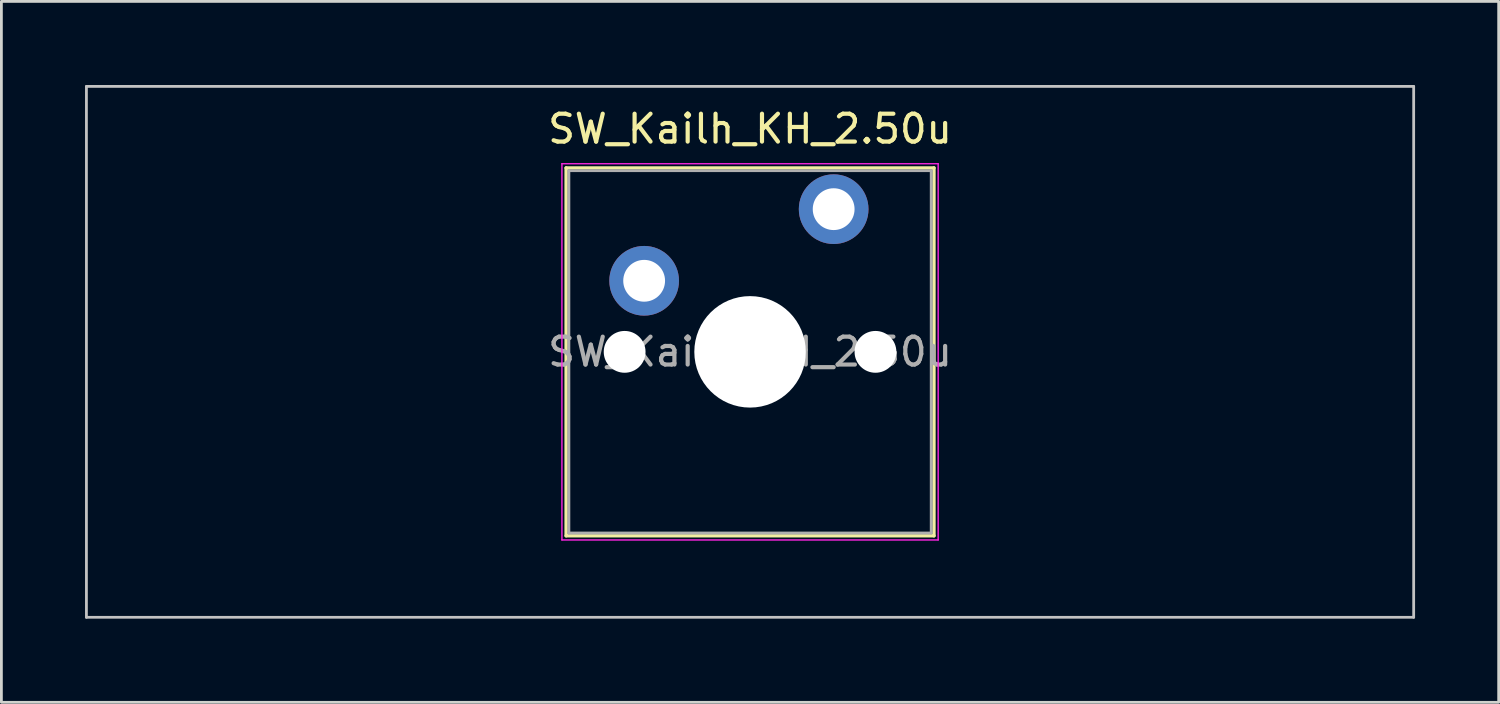
<source format=kicad_pcb>
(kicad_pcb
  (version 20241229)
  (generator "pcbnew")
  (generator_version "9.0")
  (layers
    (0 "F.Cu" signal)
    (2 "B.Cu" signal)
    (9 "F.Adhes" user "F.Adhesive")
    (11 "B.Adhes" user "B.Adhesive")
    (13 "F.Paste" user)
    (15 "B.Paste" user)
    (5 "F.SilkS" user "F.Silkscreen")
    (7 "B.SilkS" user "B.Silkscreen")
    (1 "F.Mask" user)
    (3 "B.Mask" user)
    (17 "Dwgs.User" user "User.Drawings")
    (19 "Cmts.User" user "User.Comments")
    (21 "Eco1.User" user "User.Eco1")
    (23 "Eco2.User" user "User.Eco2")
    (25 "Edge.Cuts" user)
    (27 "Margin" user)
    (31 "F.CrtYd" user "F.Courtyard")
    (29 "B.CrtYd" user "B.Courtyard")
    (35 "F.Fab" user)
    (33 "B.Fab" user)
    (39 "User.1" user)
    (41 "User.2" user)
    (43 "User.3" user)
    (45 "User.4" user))
  (footprint "SW_Kailh_KH_2.50u"
    (layer "F.Cu")
    (at 23.863 9.575)
    (property "Reference" "SW_Kailh_KH_2.50u" (at 0 -8 0) (layer "F.SilkS") (effects (font (size 1 1) (thickness 0.15))))
    (attr through_hole)
    (fp_line (start -6.6 -6.6) (end -6.6 6.6) (stroke (width 0.12) (type solid)) (layer "F.SilkS"))
    (fp_line (start -6.6 6.6) (end 6.6 6.6) (stroke (width 0.12) (type solid)) (layer "F.SilkS"))
    (fp_line (start 6.6 -6.6) (end -6.6 -6.6) (stroke (width 0.12) (type solid)) (layer "F.SilkS"))
    (fp_line (start 6.6 6.6) (end 6.6 -6.6) (stroke (width 0.12) (type solid)) (layer "F.SilkS"))
    (fp_line (start -23.812 -9.525) (end -23.812 9.525) (stroke (width 0.1) (type solid)) (layer "Dwgs.User"))
    (fp_line (start -23.812 9.525) (end 23.812 9.525) (stroke (width 0.1) (type solid)) (layer "Dwgs.User"))
    (fp_line (start 23.812 -9.525) (end -23.812 -9.525) (stroke (width 0.1) (type solid)) (layer "Dwgs.User"))
    (fp_line (start 23.812 9.525) (end 23.812 -9.525) (stroke (width 0.1) (type solid)) (layer "Dwgs.User"))
    (fp_line (start -6.1 -6.1) (end -6.1 6.1) (stroke (width 0.1) (type solid)) (layer "Eco1.User"))
    (fp_line (start -6.1 6.1) (end 6.1 6.1) (stroke (width 0.1) (type solid)) (layer "Eco1.User"))
    (fp_line (start 6.1 -6.1) (end -6.1 -6.1) (stroke (width 0.1) (type solid)) (layer "Eco1.User"))
    (fp_line (start 6.1 6.1) (end 6.1 -6.1) (stroke (width 0.1) (type solid)) (layer "Eco1.User"))
    (fp_line (start -6.75 -6.75) (end -6.75 6.75) (stroke (width 0.05) (type solid)) (layer "F.CrtYd"))
    (fp_line (start -6.75 6.75) (end 6.75 6.75) (stroke (width 0.05) (type solid)) (layer "F.CrtYd"))
    (fp_line (start 6.75 -6.75) (end -6.75 -6.75) (stroke (width 0.05) (type solid)) (layer "F.CrtYd"))
    (fp_line (start 6.75 6.75) (end 6.75 -6.75) (stroke (width 0.05) (type solid)) (layer "F.CrtYd"))
    (fp_line (start -6.5 -6.5) (end -6.5 6.5) (stroke (width 0.1) (type solid)) (layer "F.Fab"))
    (fp_line (start -6.5 6.5) (end 6.5 6.5) (stroke (width 0.1) (type solid)) (layer "F.Fab"))
    (fp_line (start 6.5 -6.5) (end -6.5 -6.5) (stroke (width 0.1) (type solid)) (layer "F.Fab"))
    (fp_line (start 6.5 6.5) (end 6.5 -6.5) (stroke (width 0.1) (type solid)) (layer "F.Fab"))
    (fp_text user "${REFERENCE}" (at 0 0 0) (layer "F.Fab") (effects (font (size 1 1) (thickness 0.15))))
    (pad "" np_thru_hole circle (at -4.5 0) (size 1.5 1.5) (drill 1.5) (layers "*.Cu" "*.Mask"))
    (pad "" smd circle (at -3.8 -2.55) (size 1.55 1.55) (layers "F.Mask"))
    (pad "" np_thru_hole circle (at 0 0) (size 4 4) (drill 4) (layers "*.Cu" "*.Mask"))
    (pad "" smd circle (at 3 -5.12) (size 1.55 1.55) (layers "F.Mask"))
    (pad "" np_thru_hole circle (at 4.5 0) (size 1.5 1.5) (drill 1.5) (layers "*.Cu" "*.Mask"))
    (pad "1" thru_hole circle (at -3.8 -2.55) (size 2.5 2.5) (drill 1.5) (layers "*.Cu" "B.Mask"))
    (pad "2" thru_hole circle (at 3 -5.12) (size 2.5 2.5) (drill 1.5) (layers "*.Cu" "B.Mask")))
  (gr_rect
    (start -3 -3)
    (end 50.725 22.15)
    (stroke (width 0.1) (type default))
    (fill no)
    (layer "Edge.Cuts")))
</source>
